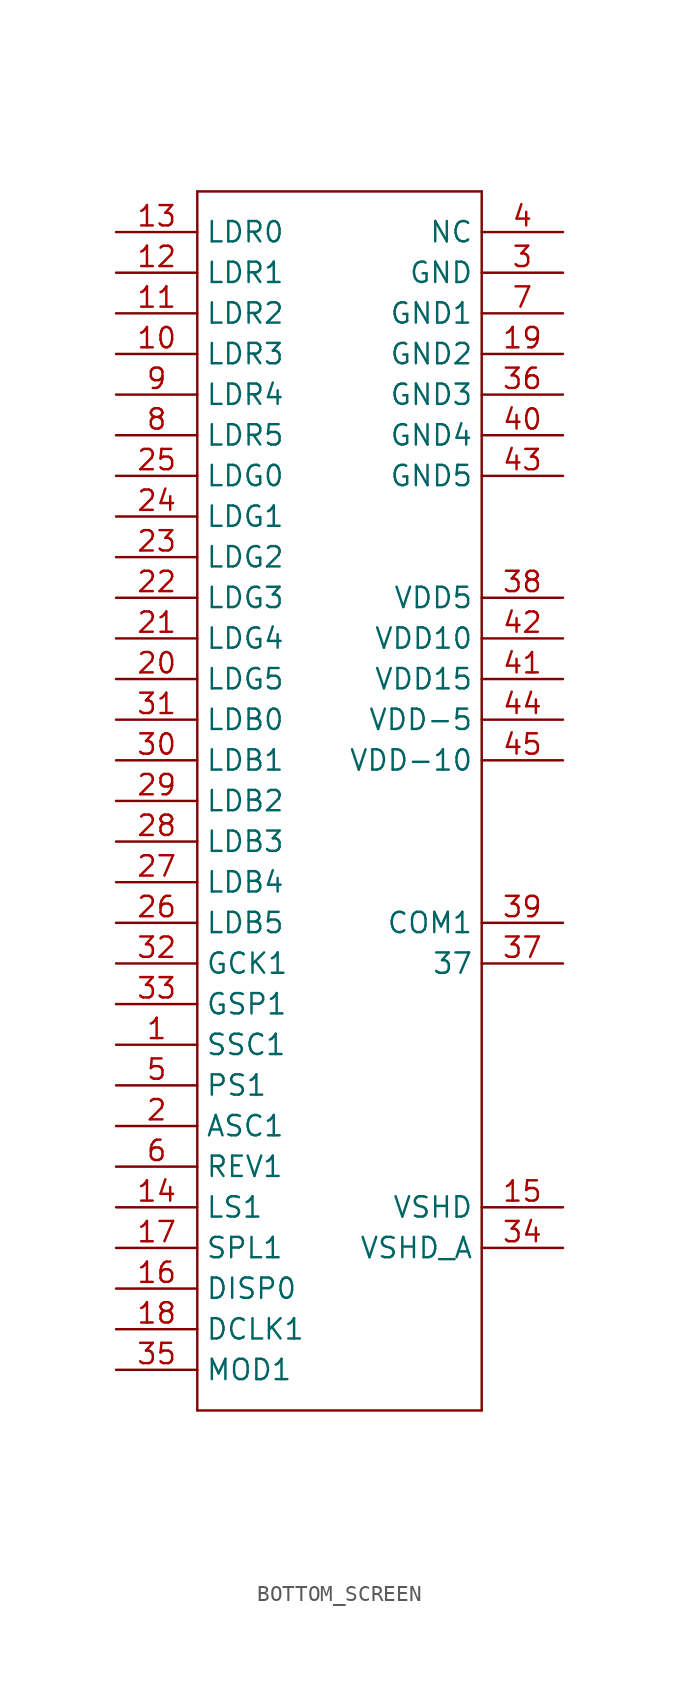
<source format=kicad_sym>
(kicad_symbol_lib
  (version 20231120)
  (generator "kicad_symbol_editor")
  (generator_version "8.0")
  (symbol "BOTTOM_SCREEN"
    (property "Reference" ""
      (at -7.62 53.34 0)
      (effects (font (size 1.778 1.511)) (justify left bottom) (hide yes)))
    (property "Value" ""
      (at -10.16 -25.4 0)
      (effects (font (size 1.778 1.511)) (justify left bottom)))
    (property "ki_locked" ""
      (at 0 0 0)
      (effects (font (size 1.27 1.27))))
    (symbol "BOTTOM_SCREEN_1_0"
      (polyline (pts (xy -10.16 -22.86) (xy 7.62 -22.86)) (stroke (width 0.152) (type solid)) (fill (type none)))
      (polyline (pts (xy -10.16 53.34) (xy -10.16 -22.86)) (stroke (width 0.152) (type solid)) (fill (type none)))
      (polyline (pts (xy 7.62 -22.86) (xy 7.62 53.34)) (stroke (width 0.152) (type solid)) (fill (type none)))
      (polyline (pts (xy 7.62 53.34) (xy -10.16 53.34)) (stroke (width 0.152) (type solid)) (fill (type none)))
      (pin bidirectional line (at -15.24 0 0) (length 5.08) (name "SSC1" (effects (font (size 1.27 1.27)))) (number "1" (effects (font (size 1.27 1.27)))))
      (pin bidirectional line (at -15.24 43.18 0) (length 5.08) (name "LDR3" (effects (font (size 1.27 1.27)))) (number "10" (effects (font (size 1.27 1.27)))))
      (pin bidirectional line (at -15.24 45.72 0) (length 5.08) (name "LDR2" (effects (font (size 1.27 1.27)))) (number "11" (effects (font (size 1.27 1.27)))))
      (pin bidirectional line (at -15.24 48.26 0) (length 5.08) (name "LDR1" (effects (font (size 1.27 1.27)))) (number "12" (effects (font (size 1.27 1.27)))))
      (pin bidirectional line (at -15.24 50.8 0) (length 5.08) (name "LDR0" (effects (font (size 1.27 1.27)))) (number "13" (effects (font (size 1.27 1.27)))))
      (pin bidirectional line (at -15.24 -10.16 0) (length 5.08) (name "LS1" (effects (font (size 1.27 1.27)))) (number "14" (effects (font (size 1.27 1.27)))))
      (pin bidirectional line (at 12.7 -10.16 180) (length 5.08) (name "VSHD" (effects (font (size 1.27 1.27)))) (number "15" (effects (font (size 1.27 1.27)))))
      (pin bidirectional line (at -15.24 -15.24 0) (length 5.08) (name "DISP0" (effects (font (size 1.27 1.27)))) (number "16" (effects (font (size 1.27 1.27)))))
      (pin bidirectional line (at -15.24 -12.7 0) (length 5.08) (name "SPL1" (effects (font (size 1.27 1.27)))) (number "17" (effects (font (size 1.27 1.27)))))
      (pin bidirectional line (at -15.24 -17.78 0) (length 5.08) (name "DCLK1" (effects (font (size 1.27 1.27)))) (number "18" (effects (font (size 1.27 1.27)))))
      (pin bidirectional line (at 12.7 43.18 180) (length 5.08) (name "GND2" (effects (font (size 1.27 1.27)))) (number "19" (effects (font (size 1.27 1.27)))))
      (pin bidirectional line (at -15.24 -5.08 0) (length 5.08) (name "ASC1" (effects (font (size 1.27 1.27)))) (number "2" (effects (font (size 1.27 1.27)))))
      (pin bidirectional line (at -15.24 22.86 0) (length 5.08) (name "LDG5" (effects (font (size 1.27 1.27)))) (number "20" (effects (font (size 1.27 1.27)))))
      (pin bidirectional line (at -15.24 25.4 0) (length 5.08) (name "LDG4" (effects (font (size 1.27 1.27)))) (number "21" (effects (font (size 1.27 1.27)))))
      (pin bidirectional line (at -15.24 27.94 0) (length 5.08) (name "LDG3" (effects (font (size 1.27 1.27)))) (number "22" (effects (font (size 1.27 1.27)))))
      (pin bidirectional line (at -15.24 30.48 0) (length 5.08) (name "LDG2" (effects (font (size 1.27 1.27)))) (number "23" (effects (font (size 1.27 1.27)))))
      (pin bidirectional line (at -15.24 33.02 0) (length 5.08) (name "LDG1" (effects (font (size 1.27 1.27)))) (number "24" (effects (font (size 1.27 1.27)))))
      (pin bidirectional line (at -15.24 35.56 0) (length 5.08) (name "LDG0" (effects (font (size 1.27 1.27)))) (number "25" (effects (font (size 1.27 1.27)))))
      (pin bidirectional line (at -15.24 7.62 0) (length 5.08) (name "LDB5" (effects (font (size 1.27 1.27)))) (number "26" (effects (font (size 1.27 1.27)))))
      (pin bidirectional line (at -15.24 10.16 0) (length 5.08) (name "LDB4" (effects (font (size 1.27 1.27)))) (number "27" (effects (font (size 1.27 1.27)))))
      (pin bidirectional line (at -15.24 12.7 0) (length 5.08) (name "LDB3" (effects (font (size 1.27 1.27)))) (number "28" (effects (font (size 1.27 1.27)))))
      (pin bidirectional line (at -15.24 15.24 0) (length 5.08) (name "LDB2" (effects (font (size 1.27 1.27)))) (number "29" (effects (font (size 1.27 1.27)))))
      (pin bidirectional line (at 12.7 48.26 180) (length 5.08) (name "GND" (effects (font (size 1.27 1.27)))) (number "3" (effects (font (size 1.27 1.27)))))
      (pin bidirectional line (at -15.24 17.78 0) (length 5.08) (name "LDB1" (effects (font (size 1.27 1.27)))) (number "30" (effects (font (size 1.27 1.27)))))
      (pin bidirectional line (at -15.24 20.32 0) (length 5.08) (name "LDB0" (effects (font (size 1.27 1.27)))) (number "31" (effects (font (size 1.27 1.27)))))
      (pin bidirectional line (at -15.24 5.08 0) (length 5.08) (name "GCK1" (effects (font (size 1.27 1.27)))) (number "32" (effects (font (size 1.27 1.27)))))
      (pin bidirectional line (at -15.24 2.54 0) (length 5.08) (name "GSP1" (effects (font (size 1.27 1.27)))) (number "33" (effects (font (size 1.27 1.27)))))
      (pin bidirectional line (at 12.7 -12.7 180) (length 5.08) (name "VSHD_A" (effects (font (size 1.27 1.27)))) (number "34" (effects (font (size 1.27 1.27)))))
      (pin bidirectional line (at -15.24 -20.32 0) (length 5.08) (name "MOD1" (effects (font (size 1.27 1.27)))) (number "35" (effects (font (size 1.27 1.27)))))
      (pin bidirectional line (at 12.7 40.64 180) (length 5.08) (name "GND3" (effects (font (size 1.27 1.27)))) (number "36" (effects (font (size 1.27 1.27)))))
      (pin bidirectional line (at 12.7 5.08 180) (length 5.08) (name "37" (effects (font (size 1.27 1.27)))) (number "37" (effects (font (size 1.27 1.27)))))
      (pin bidirectional line (at 12.7 27.94 180) (length 5.08) (name "VDD5" (effects (font (size 1.27 1.27)))) (number "38" (effects (font (size 1.27 1.27)))))
      (pin bidirectional line (at 12.7 7.62 180) (length 5.08) (name "COM1" (effects (font (size 1.27 1.27)))) (number "39" (effects (font (size 1.27 1.27)))))
      (pin bidirectional line (at 12.7 50.8 180) (length 5.08) (name "NC" (effects (font (size 1.27 1.27)))) (number "4" (effects (font (size 1.27 1.27)))))
      (pin bidirectional line (at 12.7 38.1 180) (length 5.08) (name "GND4" (effects (font (size 1.27 1.27)))) (number "40" (effects (font (size 1.27 1.27)))))
      (pin bidirectional line (at 12.7 22.86 180) (length 5.08) (name "VDD15" (effects (font (size 1.27 1.27)))) (number "41" (effects (font (size 1.27 1.27)))))
      (pin bidirectional line (at 12.7 25.4 180) (length 5.08) (name "VDD10" (effects (font (size 1.27 1.27)))) (number "42" (effects (font (size 1.27 1.27)))))
      (pin bidirectional line (at 12.7 35.56 180) (length 5.08) (name "GND5" (effects (font (size 1.27 1.27)))) (number "43" (effects (font (size 1.27 1.27)))))
      (pin bidirectional line (at 12.7 20.32 180) (length 5.08) (name "VDD-5" (effects (font (size 1.27 1.27)))) (number "44" (effects (font (size 1.27 1.27)))))
      (pin bidirectional line (at 12.7 17.78 180) (length 5.08) (name "VDD-10" (effects (font (size 1.27 1.27)))) (number "45" (effects (font (size 1.27 1.27)))))
      (pin bidirectional line (at -15.24 -2.54 0) (length 5.08) (name "PS1" (effects (font (size 1.27 1.27)))) (number "5" (effects (font (size 1.27 1.27)))))
      (pin bidirectional line (at -15.24 -7.62 0) (length 5.08) (name "REV1" (effects (font (size 1.27 1.27)))) (number "6" (effects (font (size 1.27 1.27)))))
      (pin bidirectional line (at 12.7 45.72 180) (length 5.08) (name "GND1" (effects (font (size 1.27 1.27)))) (number "7" (effects (font (size 1.27 1.27)))))
      (pin bidirectional line (at -15.24 38.1 0) (length 5.08) (name "LDR5" (effects (font (size 1.27 1.27)))) (number "8" (effects (font (size 1.27 1.27)))))
      (pin bidirectional line (at -15.24 40.64 0) (length 5.08) (name "LDR4" (effects (font (size 1.27 1.27)))) (number "9" (effects (font (size 1.27 1.27))))))))
</source>
